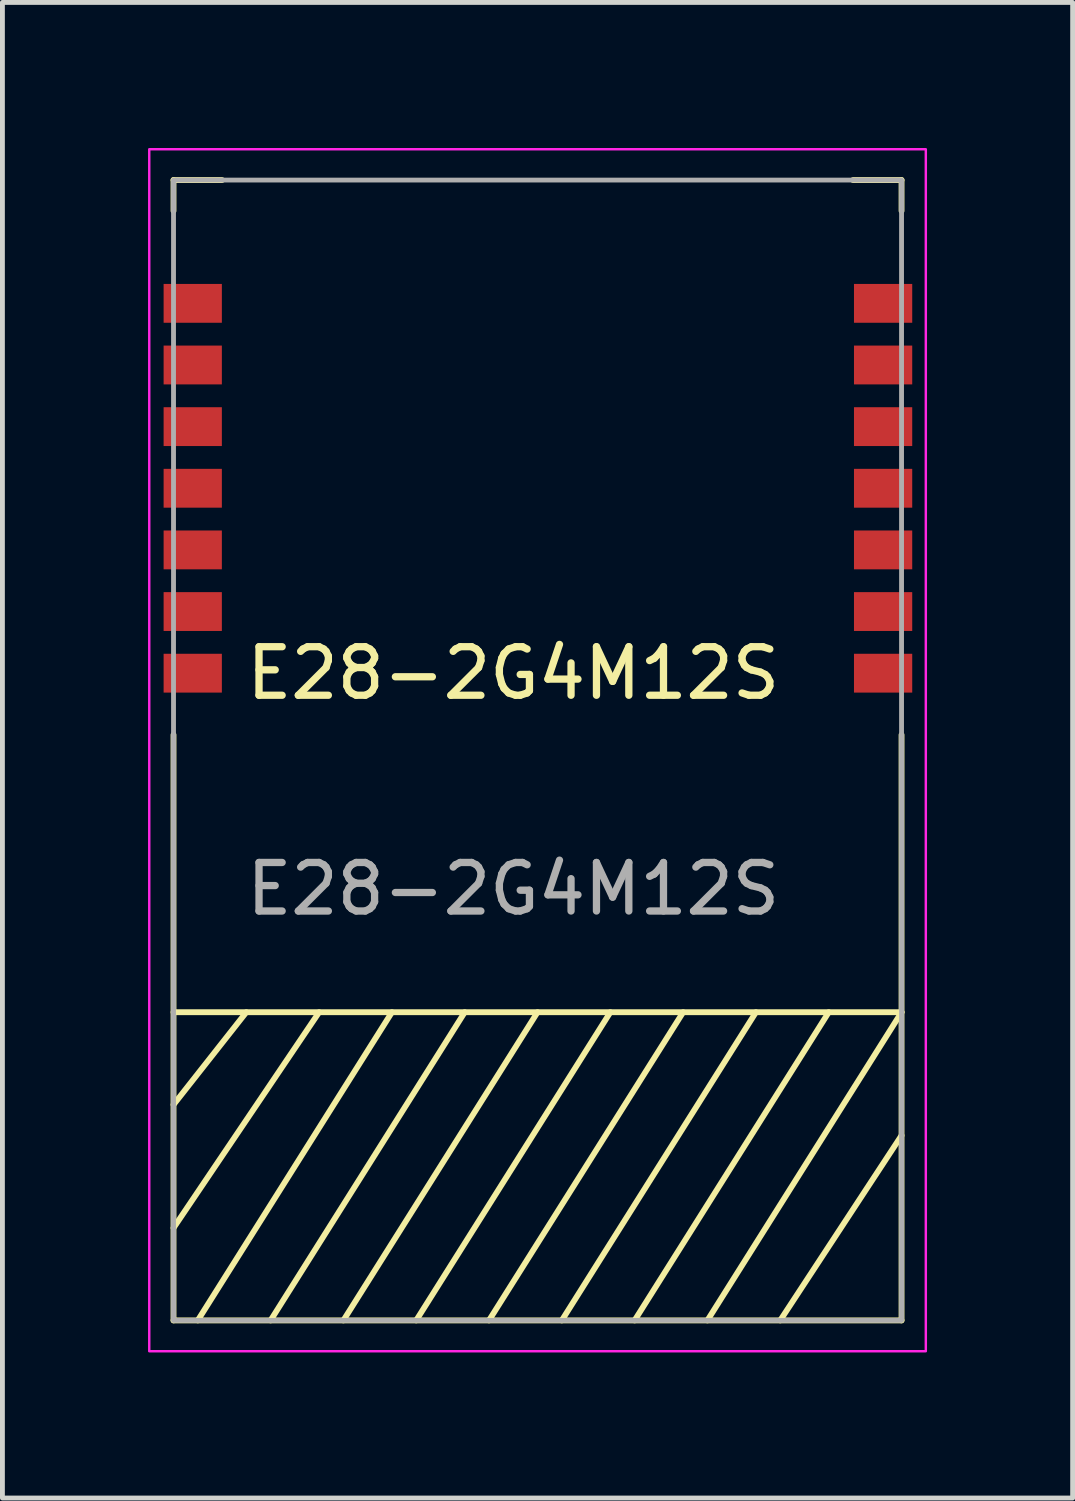
<source format=kicad_pcb>
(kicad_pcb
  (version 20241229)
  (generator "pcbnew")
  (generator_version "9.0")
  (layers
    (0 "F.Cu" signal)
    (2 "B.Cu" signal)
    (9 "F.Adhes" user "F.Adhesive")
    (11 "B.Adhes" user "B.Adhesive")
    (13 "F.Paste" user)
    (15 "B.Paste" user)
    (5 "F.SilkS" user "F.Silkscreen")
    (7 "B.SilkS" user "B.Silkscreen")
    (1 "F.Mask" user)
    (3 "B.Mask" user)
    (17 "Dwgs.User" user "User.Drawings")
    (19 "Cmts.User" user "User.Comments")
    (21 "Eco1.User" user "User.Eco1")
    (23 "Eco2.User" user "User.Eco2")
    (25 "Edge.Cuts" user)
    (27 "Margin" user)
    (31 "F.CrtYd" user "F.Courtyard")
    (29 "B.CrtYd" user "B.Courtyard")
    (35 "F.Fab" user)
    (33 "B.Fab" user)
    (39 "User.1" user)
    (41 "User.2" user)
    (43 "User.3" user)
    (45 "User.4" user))
  (footprint "E28-2G4M12S"
    (layer "F.Cu")
    (at 7.525 15.9)
    (property "Reference" "E28-2G4M12S" (at 0 -5.08 0) (unlocked yes) (layer "F.SilkS") (effects (font (size 1 1) (thickness 0.15))))
    (attr smd)
    (fp_line (start -7 -15.24) (end -6 -15.24) (stroke (width 0.12) (type solid)) (layer "F.SilkS"))
    (fp_line (start -7 -14.605) (end -7 -15.24) (stroke (width 0.12) (type solid)) (layer "F.SilkS"))
    (fp_line (start -7 1.905) (end 8 1.905) (stroke (width 0.12) (type solid)) (layer "F.SilkS"))
    (fp_line (start -7 8.255) (end -7 -3.81) (stroke (width 0.12) (type solid)) (layer "F.SilkS"))
    (fp_line (start -7 8.255) (end 8 8.255) (stroke (width 0.12) (type solid)) (layer "F.SilkS"))
    (fp_line (start -5.5 1.905) (end -7 3.81) (stroke (width 0.12) (type solid)) (layer "F.SilkS"))
    (fp_line (start -4 1.905) (end -7 6.35) (stroke (width 0.12) (type solid)) (layer "F.SilkS"))
    (fp_line (start -2.5 1.905) (end -6.5 8.255) (stroke (width 0.12) (type solid)) (layer "F.SilkS"))
    (fp_line (start -1 1.905) (end -5 8.255) (stroke (width 0.12) (type solid)) (layer "F.SilkS"))
    (fp_line (start 0.5 1.905) (end -3.5 8.255) (stroke (width 0.12) (type solid)) (layer "F.SilkS"))
    (fp_line (start 2 1.905) (end -2 8.255) (stroke (width 0.12) (type solid)) (layer "F.SilkS"))
    (fp_line (start 3.5 1.905) (end -0.5 8.255) (stroke (width 0.12) (type solid)) (layer "F.SilkS"))
    (fp_line (start 5 1.905) (end 1 8.255) (stroke (width 0.12) (type solid)) (layer "F.SilkS"))
    (fp_line (start 6.5 1.905) (end 2.5 8.255) (stroke (width 0.12) (type solid)) (layer "F.SilkS"))
    (fp_line (start 8 -15.24) (end 7 -15.24) (stroke (width 0.12) (type solid)) (layer "F.SilkS"))
    (fp_line (start 8 -14.605) (end 8 -15.24) (stroke (width 0.12) (type solid)) (layer "F.SilkS"))
    (fp_line (start 8 1.905) (end 4 8.255) (stroke (width 0.12) (type solid)) (layer "F.SilkS"))
    (fp_line (start 8 4.445) (end 5.5 8.255) (stroke (width 0.12) (type solid)) (layer "F.SilkS"))
    (fp_line (start 8 8.255) (end 8 -3.81) (stroke (width 0.12) (type solid)) (layer "F.SilkS"))
    (fp_rect (start -7.5 -15.875) (end 8.5 8.89) (stroke (width 0.05) (type solid)) (fill no) (layer "F.CrtYd"))
    (fp_rect (start -7 -15.24) (end 8 8.255) (stroke (width 0.1) (type solid)) (fill no) (layer "F.Fab"))
    (fp_text user "${REFERENCE}" (at 0 -0.635 0) (unlocked yes) (layer "F.Fab") (effects (font (size 1 1) (thickness 0.15))))
    (pad "1" smd rect (at -6.604 -12.7) (size 1.2 0.8) (layers "F.Cu" "F.Mask" "F.Paste"))
    (pad "2" smd rect (at -6.604 -11.43) (size 1.2 0.8) (layers "F.Cu" "F.Mask" "F.Paste"))
    (pad "3" smd rect (at -6.604 -10.16) (size 1.2 0.8) (layers "F.Cu" "F.Mask" "F.Paste"))
    (pad "4" smd rect (at -6.604 -8.89) (size 1.2 0.8) (layers "F.Cu" "F.Mask" "F.Paste"))
    (pad "5" smd rect (at -6.604 -7.62) (size 1.2 0.8) (layers "F.Cu" "F.Mask" "F.Paste"))
    (pad "6" smd rect (at -6.604 -6.35) (size 1.2 0.8) (layers "F.Cu" "F.Mask" "F.Paste"))
    (pad "7" smd rect (at -6.604 -5.08) (size 1.2 0.8) (layers "F.Cu" "F.Mask" "F.Paste"))
    (pad "8" smd rect (at 7.62 -5.08) (size 1.2 0.8) (layers "F.Cu" "F.Mask" "F.Paste"))
    (pad "9" smd rect (at 7.62 -6.35) (size 1.2 0.8) (layers "F.Cu" "F.Mask" "F.Paste"))
    (pad "10" smd rect (at 7.62 -7.62) (size 1.2 0.8) (layers "F.Cu" "F.Mask" "F.Paste"))
    (pad "11" smd rect (at 7.62 -8.89) (size 1.2 0.8) (layers "F.Cu" "F.Mask" "F.Paste"))
    (pad "12" smd rect (at 7.62 -10.16) (size 1.2 0.8) (layers "F.Cu" "F.Mask" "F.Paste"))
    (pad "13" smd rect (at 7.62 -11.43) (size 1.2 0.8) (layers "F.Cu" "F.Mask" "F.Paste"))
    (pad "14" smd rect (at 7.62 -12.7) (size 1.2 0.8) (layers "F.Cu" "F.Mask" "F.Paste")))
  (gr_rect
    (start -3 -3)
    (end 19.05 27.815)
    (stroke (width 0.1) (type default))
    (fill no)
    (layer "Edge.Cuts")))
</source>
